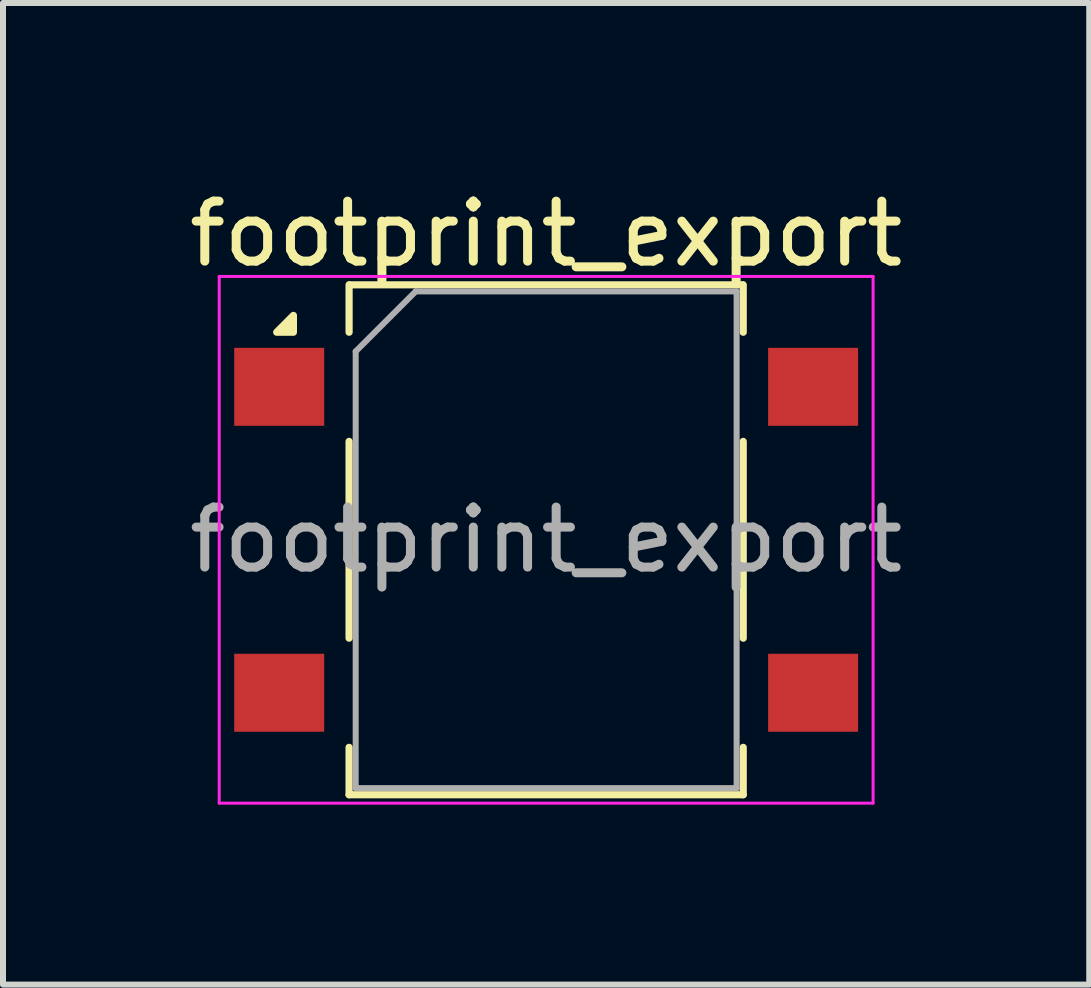
<source format=kicad_pcb>
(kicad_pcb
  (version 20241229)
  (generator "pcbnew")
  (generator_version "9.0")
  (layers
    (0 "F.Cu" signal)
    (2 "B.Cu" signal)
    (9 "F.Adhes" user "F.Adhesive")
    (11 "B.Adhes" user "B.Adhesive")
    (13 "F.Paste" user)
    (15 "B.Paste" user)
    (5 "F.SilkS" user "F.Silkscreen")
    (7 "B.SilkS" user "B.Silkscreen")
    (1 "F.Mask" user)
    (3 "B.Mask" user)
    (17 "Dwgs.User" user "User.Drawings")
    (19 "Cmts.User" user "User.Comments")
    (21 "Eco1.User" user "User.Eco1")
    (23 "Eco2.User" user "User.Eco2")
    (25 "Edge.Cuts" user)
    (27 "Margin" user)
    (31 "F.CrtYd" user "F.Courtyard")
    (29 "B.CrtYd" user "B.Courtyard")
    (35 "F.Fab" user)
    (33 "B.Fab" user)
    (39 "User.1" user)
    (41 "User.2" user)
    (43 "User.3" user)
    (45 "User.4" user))
  (footprint "footprint_export"
    (layer "F.Cu")
    (at 6.054 5.948)
    (property "Reference" "footprint_export" (at 0 -5.1 0) (layer "F.SilkS") (effects (font (size 1 1) (thickness 0.15))))
    (attr smd)
    (fp_line (start -3.285 -4.25) (end -3.285 -3.46) (stroke (width 0.12) (type solid)) (layer "F.SilkS"))
    (fp_line (start -3.285 -1.64) (end -3.285 1.64) (stroke (width 0.12) (type solid)) (layer "F.SilkS"))
    (fp_line (start -3.285 3.46) (end -3.285 4.25) (stroke (width 0.12) (type solid)) (layer "F.SilkS"))
    (fp_line (start -3.285 4.25) (end 3.285 4.25) (stroke (width 0.12) (type solid)) (layer "F.SilkS"))
    (fp_line (start -3.275 -4.25) (end 3.275 -4.25) (stroke (width 0.12) (type solid)) (layer "F.SilkS"))
    (fp_line (start 3.285 -3.46) (end 3.285 -4.25) (stroke (width 0.12) (type solid)) (layer "F.SilkS"))
    (fp_line (start 3.285 -1.64) (end 3.285 1.64) (stroke (width 0.12) (type solid)) (layer "F.SilkS"))
    (fp_line (start 3.285 4.25) (end 3.285 3.46) (stroke (width 0.12) (type solid)) (layer "F.SilkS"))
    (fp_poly (pts (xy -4.213 -3.46) (xy -4.492 -3.46) (xy -4.213 -3.74) (xy -4.213 -3.46)) (stroke (width 0.12) (type solid)) (fill yes) (layer "F.SilkS"))
    (fp_line (start -5.45 -4.39) (end -5.45 4.39) (stroke (width 0.05) (type solid)) (layer "F.CrtYd"))
    (fp_line (start -5.45 -4.39) (end 5.45 -4.39) (stroke (width 0.05) (type solid)) (layer "F.CrtYd"))
    (fp_line (start 5.45 4.39) (end -5.45 4.39) (stroke (width 0.05) (type solid)) (layer "F.CrtYd"))
    (fp_line (start 5.45 4.39) (end 5.45 -4.39) (stroke (width 0.05) (type solid)) (layer "F.CrtYd"))
    (fp_line (start -3.175 -3.14) (end -2.175 -4.14) (stroke (width 0.1) (type solid)) (layer "F.Fab"))
    (fp_line (start -3.175 4.14) (end -3.175 -3.14) (stroke (width 0.1) (type solid)) (layer "F.Fab"))
    (fp_line (start -2.175 -4.14) (end 3.175 -4.14) (stroke (width 0.1) (type solid)) (layer "F.Fab"))
    (fp_line (start 3.175 -4.14) (end 3.175 4.14) (stroke (width 0.1) (type solid)) (layer "F.Fab"))
    (fp_line (start 3.175 4.14) (end -3.175 4.14) (stroke (width 0.1) (type solid)) (layer "F.Fab"))
    (fp_text user "${REFERENCE}" (at 0 0 0) (layer "F.Fab") (effects (font (size 1 1) (thickness 0.15))))
    (pad "1" smd rect (at -4.45 -2.55) (size 1.5 1.3) (layers "F.Cu" "F.Mask" "F.Paste"))
    (pad "2" smd rect (at -4.45 2.55) (size 1.5 1.3) (layers "F.Cu" "F.Mask" "F.Paste"))
    (pad "3" smd rect (at 4.45 2.55) (size 1.5 1.3) (layers "F.Cu" "F.Mask" "F.Paste"))
    (pad "4" smd rect (at 4.45 -2.55) (size 1.5 1.3) (layers "F.Cu" "F.Mask" "F.Paste")))
  (gr_rect
    (start -3 -3)
    (end 15.107 13.363)
    (stroke (width 0.1) (type default))
    (fill no)
    (layer "Edge.Cuts")))
</source>
